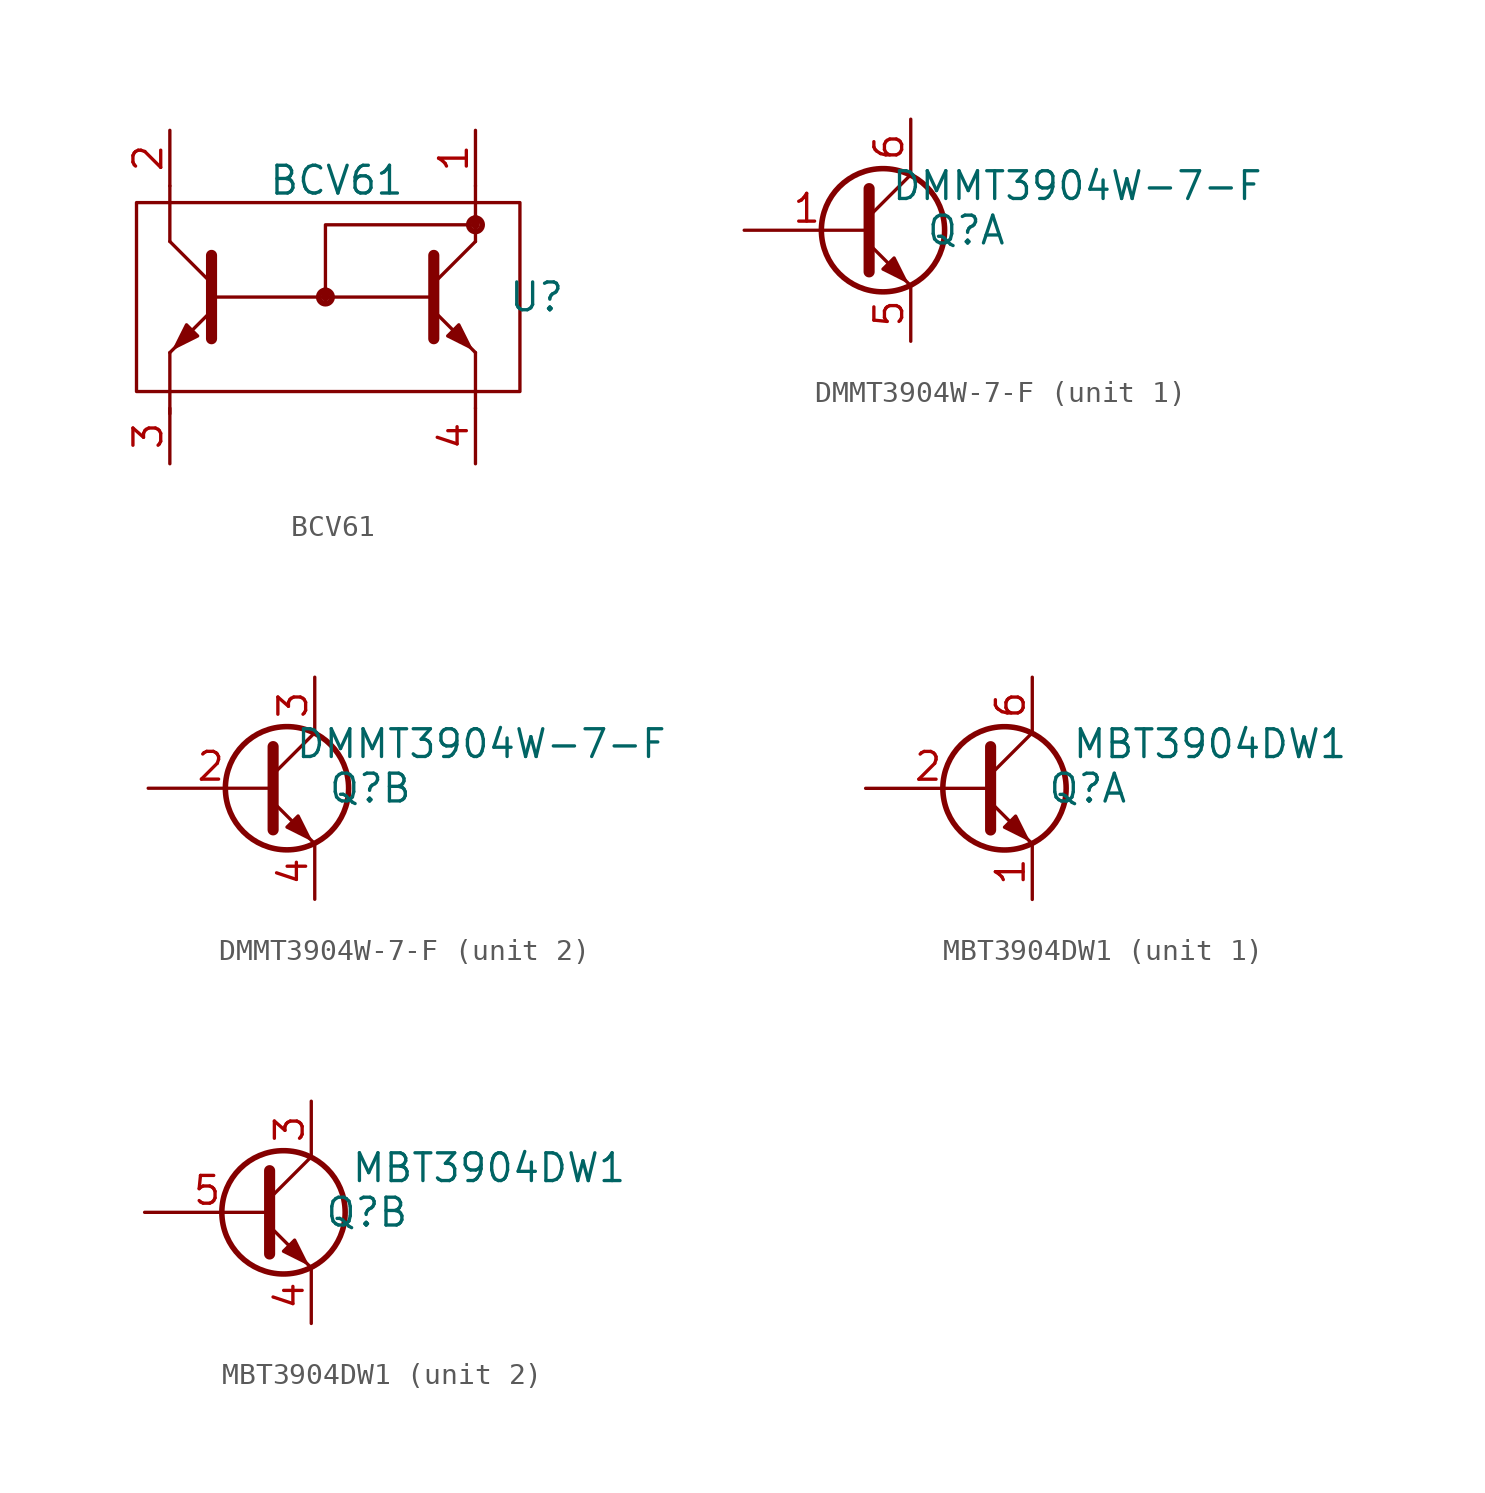
<source format=kicad_sym>
(kicad_symbol_lib
  (version 20241209)
  (generator "kicad_symbol_editor")
  (generator_version "9.0")
  (symbol "BCV61 "
    (property "Reference" "U"
      (at 11.684 0 0)
      (effects (font (size 1.27 1.27))))
    (property "Value" "BCV61"
      (at 2.54 5.334 0)
      (effects (font (size 1.27 1.27))))
    (symbol "BCV61 _0_1"
      (rectangle (start -6.604 4.318) (end 10.922 -4.318) (stroke (width 0) (type default)) (fill (type none)))
      (polyline (pts (xy -5.08 5.08) (xy -5.08 2.54)) (stroke (width 0) (type default)) (fill (type none)))
      (polyline (pts (xy -5.08 -5.334) (xy -5.08 -2.54)) (stroke (width 0) (type default)) (fill (type none)))
      (polyline (pts (xy -3.81 -1.778) (xy -4.318 -1.27) (xy -4.826 -2.286) (xy -3.81 -1.778) (xy -3.81 -1.778)) (stroke (width 0) (type default)) (fill (type outline)))
      (polyline (pts (xy -3.175 1.905) (xy -3.175 -1.905) (xy -3.175 -1.905)) (stroke (width 0.508) (type default)) (fill (type none)))
      (polyline (pts (xy -3.175 0.635) (xy -5.08 2.54)) (stroke (width 0) (type default)) (fill (type none)))
      (polyline (pts (xy -3.175 -0.635) (xy -5.08 -2.54) (xy -5.08 -2.54)) (stroke (width 0) (type default)) (fill (type none)))
      (polyline (pts (xy 2.032 -0.254) (xy 2.032 3.302) (xy 8.89 3.302) (xy 8.89 2.54)) (stroke (width 0) (type default)) (fill (type none)))
      (polyline (pts (xy 6.858 0) (xy -3.048 0)) (stroke (width 0) (type default)) (fill (type none)))
      (polyline (pts (xy 6.985 1.905) (xy 6.985 -1.905) (xy 6.985 -1.905)) (stroke (width 0.508) (type default)) (fill (type none)))
      (polyline (pts (xy 6.985 0.635) (xy 8.89 2.54)) (stroke (width 0) (type default)) (fill (type none)))
      (polyline (pts (xy 6.985 -0.635) (xy 8.89 -2.54) (xy 8.89 -2.54)) (stroke (width 0) (type default)) (fill (type none)))
      (polyline (pts (xy 7.62 -1.778) (xy 8.128 -1.27) (xy 8.636 -2.286) (xy 7.62 -1.778) (xy 7.62 -1.778)) (stroke (width 0) (type default)) (fill (type outline)))
      (polyline (pts (xy 8.89 5.08) (xy 8.89 3.556)) (stroke (width 0) (type default)) (fill (type none)))
      (circle (center 8.89 3.302) (radius 0.359) (stroke (width 0) (type default)) (fill (type none)))
      (polyline (pts (xy 8.89 -5.08) (xy 8.89 -2.54)) (stroke (width 0) (type default)) (fill (type none))))
    (symbol "BCV61 _1_1"
      (polyline (pts (xy 2.032 0) (xy 2.032 0.254)) (stroke (width 0.381) (type default)) (fill (type none)))
      (circle (center 2.032 0) (radius 0.254) (stroke (width 0) (type default)) (fill (type none)))
      (circle (center 2.032 0) (radius 0.359) (stroke (width 0) (type default)) (fill (type none)))
      (polyline (pts (xy 8.89 3.302) (xy 8.89 3.556)) (stroke (width 0.381) (type default)) (fill (type none)))
      (circle (center 8.89 3.302) (radius 0.254) (stroke (width 0) (type default)) (fill (type none)))
      (pin passive line (at -5.08 7.62 270) (length 2.54) (name "~" (effects (font (size 1.27 1.27)))) (number "2" (effects (font (size 1.27 1.27)))))
      (pin passive line (at -5.08 -7.62 90) (length 2.54) (name "~" (effects (font (size 1.27 1.27)))) (number "3" (effects (font (size 1.27 1.27)))))
      (pin passive line (at 8.89 7.62 270) (length 2.54) (name "~" (effects (font (size 1.27 1.27)))) (number "1" (effects (font (size 1.27 1.27)))))
      (pin passive line (at 8.89 -7.62 90) (length 2.54) (name "~" (effects (font (size 1.27 1.27)))) (number "4" (effects (font (size 1.27 1.27)))))))
  (symbol "DMMT3904W-7-F"
    (property "Reference" "Q"
      (at 2.54 0 0)
      (effects (font (size 1.27 1.27))))
    (property "Value" "DMMT3904W-7-F"
      (at 7.62 2.032 0)
      (effects (font (size 1.27 1.27))))
    (property "ki_locked" ""
      (at 0 0 0)
      (effects (font (size 1.27 1.27))))
    (symbol "DMMT3904W-7-F_0_1"
      (polyline (pts (xy -1.905 1.905) (xy -1.905 -1.905) (xy -1.905 -1.905)) (stroke (width 0.508) (type default)) (fill (type none)))
      (polyline (pts (xy -1.905 0.635) (xy 0 2.54)) (stroke (width 0) (type default)) (fill (type none)))
      (polyline (pts (xy -1.905 -0.635) (xy 0 -2.54) (xy 0 -2.54)) (stroke (width 0) (type default)) (fill (type none)))
      (circle (center -1.27 0) (radius 2.819) (stroke (width 0.254) (type default)) (fill (type none)))
      (polyline (pts (xy -1.27 -1.778) (xy -0.762 -1.27) (xy -0.254 -2.286) (xy -1.27 -1.778) (xy -1.27 -1.778)) (stroke (width 0) (type default)) (fill (type outline))))
    (symbol "DMMT3904W-7-F_1_1"
      (pin input line (at -7.62 0 0) (length 5.715) (name "~" (effects (font (size 1.27 1.27)))) (number "1" (effects (font (size 1.27 1.27)))))
      (pin passive line (at 0 5.08 270) (length 2.54) (name "~" (effects (font (size 1.27 1.27)))) (number "6" (effects (font (size 1.27 1.27)))))
      (pin passive line (at 0 -5.08 90) (length 2.54) (name "~" (effects (font (size 1.27 1.27)))) (number "5" (effects (font (size 1.27 1.27))))))
    (symbol "DMMT3904W-7-F_2_1"
      (pin input line (at -7.62 0 0) (length 5.715) (name "~" (effects (font (size 1.27 1.27)))) (number "2" (effects (font (size 1.27 1.27)))))
      (pin passive line (at 0 5.08 270) (length 2.54) (name "~" (effects (font (size 1.27 1.27)))) (number "3" (effects (font (size 1.27 1.27)))))
      (pin passive line (at 0 -5.08 90) (length 2.54) (name "~" (effects (font (size 1.27 1.27)))) (number "4" (effects (font (size 1.27 1.27)))))))
  (symbol "MBT3904DW1"
    (property "Reference" "Q"
      (at 2.54 0 0)
      (effects (font (size 1.27 1.27))))
    (property "Value" "MBT3904DW1"
      (at 8.128 2.032 0)
      (effects (font (size 1.27 1.27))))
    (property "ki_locked" ""
      (at 0 0 0)
      (effects (font (size 1.27 1.27))))
    (symbol "MBT3904DW1_0_1"
      (polyline (pts (xy -1.905 1.905) (xy -1.905 -1.905) (xy -1.905 -1.905)) (stroke (width 0.508) (type default)) (fill (type none)))
      (polyline (pts (xy -1.905 0.635) (xy 0 2.54)) (stroke (width 0) (type default)) (fill (type none)))
      (polyline (pts (xy -1.905 -0.635) (xy 0 -2.54) (xy 0 -2.54)) (stroke (width 0) (type default)) (fill (type none)))
      (circle (center -1.27 0) (radius 2.819) (stroke (width 0.254) (type default)) (fill (type none)))
      (polyline (pts (xy -1.27 -1.778) (xy -0.762 -1.27) (xy -0.254 -2.286) (xy -1.27 -1.778) (xy -1.27 -1.778)) (stroke (width 0) (type default)) (fill (type outline))))
    (symbol "MBT3904DW1_1_1"
      (pin input line (at -7.62 0 0) (length 5.715) (name "~" (effects (font (size 1.27 1.27)))) (number "2" (effects (font (size 1.27 1.27)))))
      (pin passive line (at 0 5.08 270) (length 2.54) (name "~" (effects (font (size 1.27 1.27)))) (number "6" (effects (font (size 1.27 1.27)))))
      (pin passive line (at 0 -5.08 90) (length 2.54) (name "~" (effects (font (size 1.27 1.27)))) (number "1" (effects (font (size 1.27 1.27))))))
    (symbol "MBT3904DW1_2_1"
      (pin input line (at -7.62 0 0) (length 5.715) (name "~" (effects (font (size 1.27 1.27)))) (number "5" (effects (font (size 1.27 1.27)))))
      (pin passive line (at 0 5.08 270) (length 2.54) (name "~" (effects (font (size 1.27 1.27)))) (number "3" (effects (font (size 1.27 1.27)))))
      (pin passive line (at 0 -5.08 90) (length 2.54) (name "~" (effects (font (size 1.27 1.27)))) (number "4" (effects (font (size 1.27 1.27))))))))
</source>
